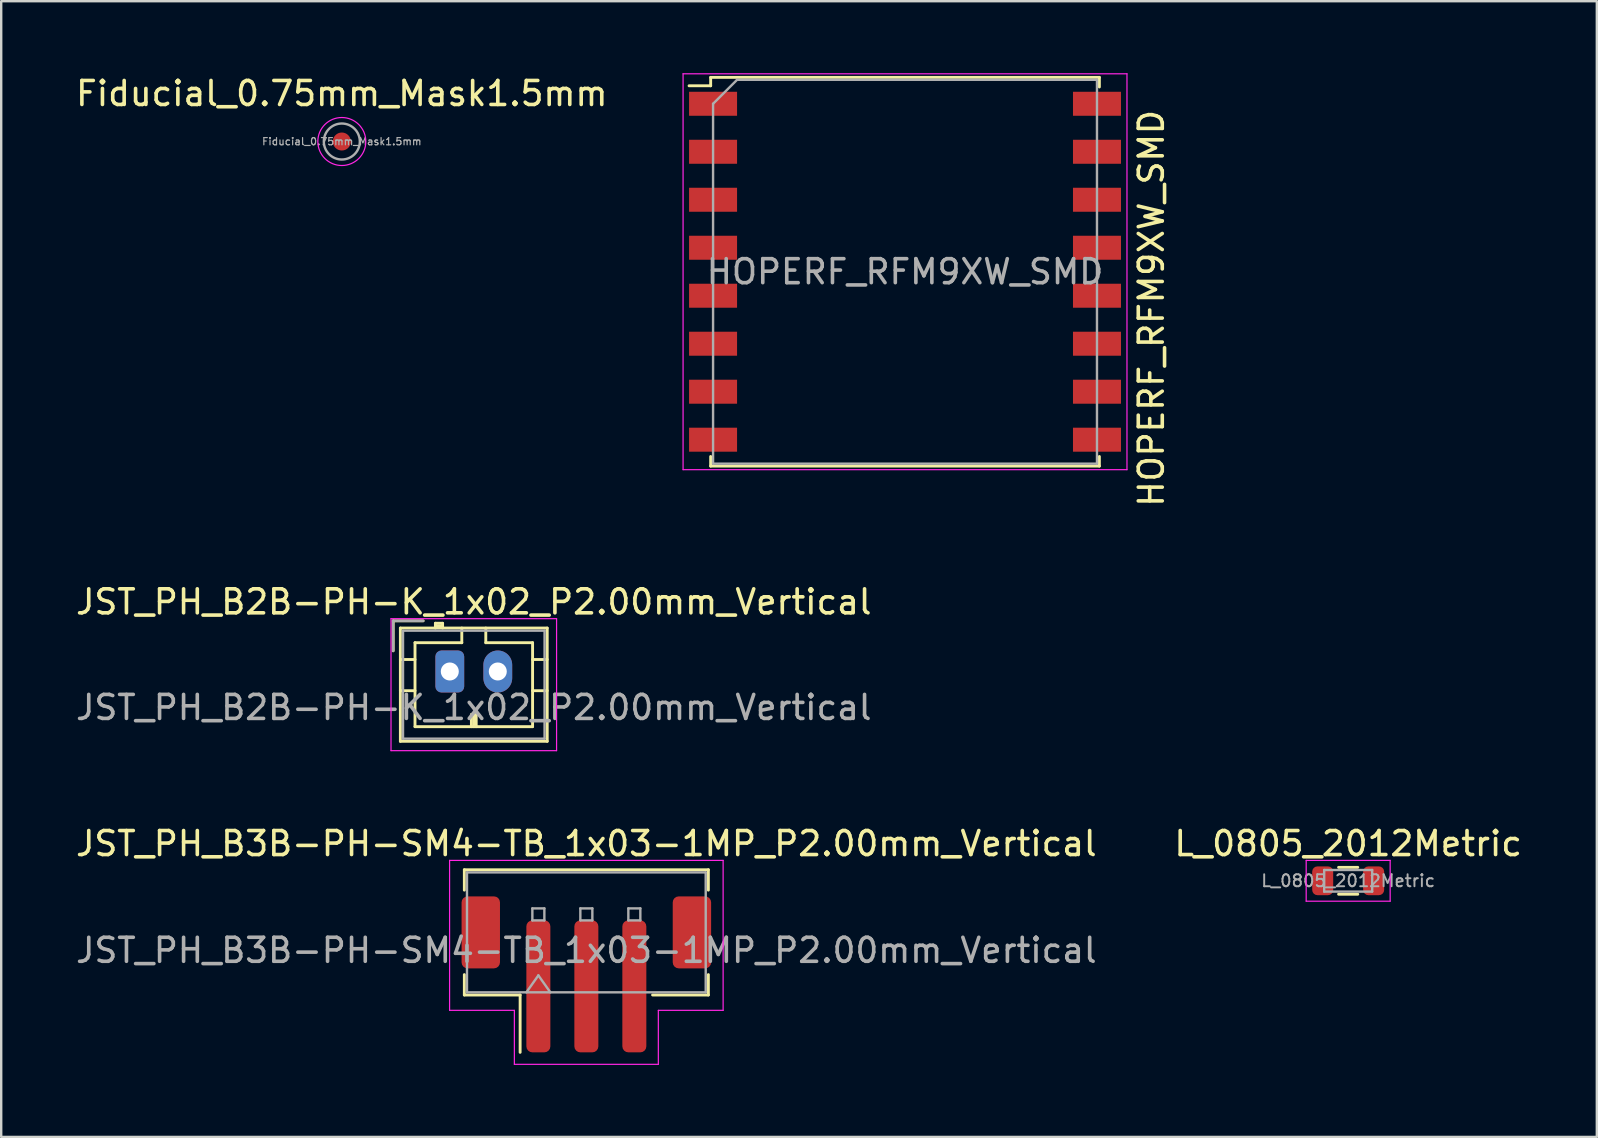
<source format=kicad_pcb>
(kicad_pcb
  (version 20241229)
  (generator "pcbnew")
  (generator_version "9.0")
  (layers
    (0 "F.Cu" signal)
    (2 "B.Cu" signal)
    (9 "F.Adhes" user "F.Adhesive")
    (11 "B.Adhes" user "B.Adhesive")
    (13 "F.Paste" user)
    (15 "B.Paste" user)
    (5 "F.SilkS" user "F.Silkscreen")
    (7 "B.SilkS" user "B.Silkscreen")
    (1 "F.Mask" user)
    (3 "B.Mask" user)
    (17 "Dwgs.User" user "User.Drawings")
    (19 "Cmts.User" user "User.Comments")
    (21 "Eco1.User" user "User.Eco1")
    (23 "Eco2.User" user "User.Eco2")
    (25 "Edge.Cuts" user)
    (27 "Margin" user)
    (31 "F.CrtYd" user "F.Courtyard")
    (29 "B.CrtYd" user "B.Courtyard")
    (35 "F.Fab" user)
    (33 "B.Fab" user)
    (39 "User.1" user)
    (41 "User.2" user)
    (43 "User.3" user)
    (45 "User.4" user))
  (footprint "JST_PH_B3B-PH-SM4-TB_1x03-1MP_P2.00mm_Vertical"
    (layer "F.Cu")
    (at 21.387 37.558)
    (property "Reference" "JST_PH_B3B-PH-SM4-TB_1x03-1MP_P2.00mm_Vertical" (at 0 -5.45 180) (layer "F.SilkS") (effects (font (size 1 1) (thickness 0.15))))
    (attr smd)
    (fp_line (start -5.085 -4.36) (end 5.085 -4.36) (stroke (width 0.12) (type solid)) (layer "F.SilkS"))
    (fp_line (start -5.085 -3.51) (end -5.085 -4.36) (stroke (width 0.12) (type solid)) (layer "F.SilkS"))
    (fp_line (start -5.085 0.01) (end -5.085 0.86) (stroke (width 0.12) (type solid)) (layer "F.SilkS"))
    (fp_line (start -5.085 0.86) (end -2.76 0.86) (stroke (width 0.12) (type solid)) (layer "F.SilkS"))
    (fp_line (start -2.76 0.86) (end -2.76 3.25) (stroke (width 0.12) (type solid)) (layer "F.SilkS"))
    (fp_line (start 5.085 -4.36) (end 5.085 -3.51) (stroke (width 0.12) (type solid)) (layer "F.SilkS"))
    (fp_line (start 5.085 0.01) (end 5.085 0.86) (stroke (width 0.12) (type solid)) (layer "F.SilkS"))
    (fp_line (start 5.085 0.86) (end 2.76 0.86) (stroke (width 0.12) (type solid)) (layer "F.SilkS"))
    (fp_line (start -5.7 -4.75) (end -5.7 1.5) (stroke (width 0.05) (type solid)) (layer "F.CrtYd"))
    (fp_line (start -3 1.5) (end -5.7 1.5) (stroke (width 0.05) (type solid)) (layer "F.CrtYd"))
    (fp_line (start -3 3.75) (end -3 1.5) (stroke (width 0.05) (type solid)) (layer "F.CrtYd"))
    (fp_line (start -3 3.75) (end 3 3.75) (stroke (width 0.05) (type solid)) (layer "F.CrtYd"))
    (fp_line (start 3 1.5) (end 5.7 1.5) (stroke (width 0.05) (type solid)) (layer "F.CrtYd"))
    (fp_line (start 3 3.75) (end 3 1.5) (stroke (width 0.05) (type solid)) (layer "F.CrtYd"))
    (fp_line (start 5.7 -4.75) (end -5.7 -4.75) (stroke (width 0.05) (type solid)) (layer "F.CrtYd"))
    (fp_line (start 5.7 1.5) (end 5.7 -4.75) (stroke (width 0.05) (type solid)) (layer "F.CrtYd"))
    (fp_line (start -4.975 -4.25) (end 4.975 -4.25) (stroke (width 0.1) (type solid)) (layer "F.Fab"))
    (fp_line (start -4.975 0.75) (end -4.975 -4.25) (stroke (width 0.1) (type solid)) (layer "F.Fab"))
    (fp_line (start -4.975 0.75) (end 4.975 0.75) (stroke (width 0.1) (type solid)) (layer "F.Fab"))
    (fp_line (start -2.5 0.75) (end -2 0.043) (stroke (width 0.1) (type solid)) (layer "F.Fab"))
    (fp_line (start -2.25 -2.75) (end -2.25 -2.25) (stroke (width 0.1) (type solid)) (layer "F.Fab"))
    (fp_line (start -2.25 -2.25) (end -1.75 -2.25) (stroke (width 0.1) (type solid)) (layer "F.Fab"))
    (fp_line (start -2 0.043) (end -1.5 0.75) (stroke (width 0.1) (type solid)) (layer "F.Fab"))
    (fp_line (start -1.75 -2.75) (end -2.25 -2.75) (stroke (width 0.1) (type solid)) (layer "F.Fab"))
    (fp_line (start -1.75 -2.25) (end -1.75 -2.75) (stroke (width 0.1) (type solid)) (layer "F.Fab"))
    (fp_line (start -0.25 -2.75) (end -0.25 -2.25) (stroke (width 0.1) (type solid)) (layer "F.Fab"))
    (fp_line (start -0.25 -2.25) (end 0.25 -2.25) (stroke (width 0.1) (type solid)) (layer "F.Fab"))
    (fp_line (start 0.25 -2.75) (end -0.25 -2.75) (stroke (width 0.1) (type solid)) (layer "F.Fab"))
    (fp_line (start 0.25 -2.25) (end 0.25 -2.75) (stroke (width 0.1) (type solid)) (layer "F.Fab"))
    (fp_line (start 1.75 -2.75) (end 1.75 -2.25) (stroke (width 0.1) (type solid)) (layer "F.Fab"))
    (fp_line (start 1.75 -2.25) (end 2.25 -2.25) (stroke (width 0.1) (type solid)) (layer "F.Fab"))
    (fp_line (start 2.25 -2.75) (end 1.75 -2.75) (stroke (width 0.1) (type solid)) (layer "F.Fab"))
    (fp_line (start 2.25 -2.25) (end 2.25 -2.75) (stroke (width 0.1) (type solid)) (layer "F.Fab"))
    (fp_line (start 4.975 0.75) (end 4.975 -4.25) (stroke (width 0.1) (type solid)) (layer "F.Fab"))
    (fp_text user "${REFERENCE}" (at 0 -1 180) (layer "F.Fab") (effects (font (size 1 1) (thickness 0.15))))
    (pad "1" smd roundrect (at -2 0.5) (size 1 5.5) (layers "F.Cu" "F.Mask" "F.Paste") (roundrect_rratio 0.25))
    (pad "2" smd roundrect (at 0 0.5) (size 1 5.5) (layers "F.Cu" "F.Mask" "F.Paste") (roundrect_rratio 0.25))
    (pad "3" smd roundrect (at 2 0.5) (size 1 5.5) (layers "F.Cu" "F.Mask" "F.Paste") (roundrect_rratio 0.25))
    (pad "MP" smd roundrect (at -4.4 -1.75) (size 1.6 3) (layers "F.Cu" "F.Mask" "F.Paste") (roundrect_rratio 0.156))
    (pad "MP" smd roundrect (at 4.4 -1.75) (size 1.6 3) (layers "F.Cu" "F.Mask" "F.Paste") (roundrect_rratio 0.156)))
  (footprint "L_0805_2012Metric"
    (layer "F.Cu")
    (at 53.137 33.658)
    (property "Reference" "L_0805_2012Metric" (at 0 -1.55 180) (layer "F.SilkS") (effects (font (size 1 1) (thickness 0.15))))
    (attr smd)
    (fp_line (start -0.4 -0.56) (end 0.4 -0.56) (stroke (width 0.12) (type solid)) (layer "F.SilkS"))
    (fp_line (start -0.4 0.56) (end 0.4 0.56) (stroke (width 0.12) (type solid)) (layer "F.SilkS"))
    (fp_line (start -1.75 -0.85) (end 1.75 -0.85) (stroke (width 0.05) (type solid)) (layer "F.CrtYd"))
    (fp_line (start -1.75 0.85) (end -1.75 -0.85) (stroke (width 0.05) (type solid)) (layer "F.CrtYd"))
    (fp_line (start 1.75 -0.85) (end 1.75 0.85) (stroke (width 0.05) (type solid)) (layer "F.CrtYd"))
    (fp_line (start 1.75 0.85) (end -1.75 0.85) (stroke (width 0.05) (type solid)) (layer "F.CrtYd"))
    (fp_line (start -1 -0.45) (end 1 -0.45) (stroke (width 0.1) (type solid)) (layer "F.Fab"))
    (fp_line (start -1 0.45) (end -1 -0.45) (stroke (width 0.1) (type solid)) (layer "F.Fab"))
    (fp_line (start 1 -0.45) (end 1 0.45) (stroke (width 0.1) (type solid)) (layer "F.Fab"))
    (fp_line (start 1 0.45) (end -1 0.45) (stroke (width 0.1) (type solid)) (layer "F.Fab"))
    (fp_text user "${REFERENCE}" (at 0 0 180) (layer "F.Fab") (effects (font (size 0.5 0.5) (thickness 0.08))))
    (pad "1" smd roundrect (at -1.062 0) (size 0.875 1.2) (layers "F.Cu" "F.Mask" "F.Paste") (roundrect_rratio 0.25))
    (pad "2" smd roundrect (at 1.062 0) (size 0.875 1.2) (layers "F.Cu" "F.Mask" "F.Paste") (roundrect_rratio 0.25)))
  (footprint "HOPERF_RFM9XW_SMD"
    (layer "F.Cu")
    (at 34.668 8.275)
    (property "Reference" "HOPERF_RFM9XW_SMD" (at 10.266 1.525 90) (layer "F.SilkS") (effects (font (size 1 1) (thickness 0.15))))
    (attr smd)
    (fp_line (start -8.1 -8.1) (end -8.1 -7.75) (stroke (width 0.12) (type solid)) (layer "F.SilkS"))
    (fp_line (start -8.1 -8.1) (end 8.1 -8.1) (stroke (width 0.12) (type solid)) (layer "F.SilkS"))
    (fp_line (start -8.1 -7.75) (end -9 -7.75) (stroke (width 0.12) (type solid)) (layer "F.SilkS"))
    (fp_line (start -8.1 7.7) (end -8.1 8.1) (stroke (width 0.12) (type solid)) (layer "F.SilkS"))
    (fp_line (start -8.1 8.1) (end 8.1 8.1) (stroke (width 0.12) (type solid)) (layer "F.SilkS"))
    (fp_line (start 8.1 -8.1) (end 8.1 -7.7) (stroke (width 0.12) (type solid)) (layer "F.SilkS"))
    (fp_line (start 8.1 8.1) (end 8.1 7.7) (stroke (width 0.12) (type solid)) (layer "F.SilkS"))
    (fp_line (start -9.25 -8.25) (end 9.25 -8.25) (stroke (width 0.05) (type solid)) (layer "F.CrtYd"))
    (fp_line (start -9.25 8.25) (end -9.25 -8.25) (stroke (width 0.05) (type solid)) (layer "F.CrtYd"))
    (fp_line (start -9.25 8.25) (end 9.25 8.25) (stroke (width 0.05) (type solid)) (layer "F.CrtYd"))
    (fp_line (start 9.25 -8.25) (end 9.25 8.25) (stroke (width 0.05) (type solid)) (layer "F.CrtYd"))
    (fp_line (start -8 8) (end -8 -7) (stroke (width 0.1) (type solid)) (layer "F.Fab"))
    (fp_line (start -8 8) (end 8 8) (stroke (width 0.1) (type solid)) (layer "F.Fab"))
    (fp_line (start -7 -8) (end -8 -7) (stroke (width 0.1) (type solid)) (layer "F.Fab"))
    (fp_line (start -7 -8) (end 8 -8) (stroke (width 0.1) (type solid)) (layer "F.Fab"))
    (fp_line (start 8 8) (end 8 -8) (stroke (width 0.1) (type solid)) (layer "F.Fab"))
    (fp_text user "${REFERENCE}" (at 0 0 0) (layer "F.Fab") (effects (font (size 1 1) (thickness 0.15))))
    (pad "1" smd rect (at -8 -7 180) (size 2 1) (layers "F.Cu" "F.Mask" "F.Paste"))
    (pad "2" smd rect (at -8 -5 180) (size 2 1) (layers "F.Cu" "F.Mask" "F.Paste"))
    (pad "3" smd rect (at -8 -3 180) (size 2 1) (layers "F.Cu" "F.Mask" "F.Paste"))
    (pad "4" smd rect (at -8 -1 180) (size 2 1) (layers "F.Cu" "F.Mask" "F.Paste"))
    (pad "5" smd rect (at -8 1 180) (size 2 1) (layers "F.Cu" "F.Mask" "F.Paste"))
    (pad "6" smd rect (at -8 3 180) (size 2 1) (layers "F.Cu" "F.Mask" "F.Paste"))
    (pad "7" smd rect (at -8 5 180) (size 2 1) (layers "F.Cu" "F.Mask" "F.Paste"))
    (pad "8" smd rect (at -8 7 180) (size 2 1) (layers "F.Cu" "F.Mask" "F.Paste"))
    (pad "9" smd rect (at 8 7 180) (size 2 1) (layers "F.Cu" "F.Mask" "F.Paste"))
    (pad "10" smd rect (at 8 5 180) (size 2 1) (layers "F.Cu" "F.Mask" "F.Paste"))
    (pad "11" smd rect (at 8 3 180) (size 2 1) (layers "F.Cu" "F.Mask" "F.Paste"))
    (pad "12" smd rect (at 8 1 180) (size 2 1) (layers "F.Cu" "F.Mask" "F.Paste"))
    (pad "13" smd rect (at 8 -1 180) (size 2 1) (layers "F.Cu" "F.Mask" "F.Paste"))
    (pad "14" smd rect (at 8 -3 180) (size 2 1) (layers "F.Cu" "F.Mask" "F.Paste"))
    (pad "15" smd rect (at 8 -5 180) (size 2 1) (layers "F.Cu" "F.Mask" "F.Paste"))
    (pad "16" smd rect (at 8 -7 180) (size 2 1) (layers "F.Cu" "F.Mask" "F.Paste")))
  (footprint "JST_PH_B2B-PH-K_1x02_P2.00mm_Vertical"
    (layer "F.Cu")
    (at 15.696 24.935)
    (property "Reference" "JST_PH_B2B-PH-K_1x02_P2.00mm_Vertical" (at 1 -2.9 0) (layer "F.SilkS") (effects (font (size 1 1) (thickness 0.15))))
    (attr through_hole)
    (fp_line (start -2.36 -2.11) (end -2.36 -0.86) (stroke (width 0.12) (type solid)) (layer "F.SilkS"))
    (fp_line (start -2.06 -1.81) (end -2.06 2.91) (stroke (width 0.12) (type solid)) (layer "F.SilkS"))
    (fp_line (start -2.06 -0.5) (end -1.45 -0.5) (stroke (width 0.12) (type solid)) (layer "F.SilkS"))
    (fp_line (start -2.06 0.8) (end -1.45 0.8) (stroke (width 0.12) (type solid)) (layer "F.SilkS"))
    (fp_line (start -2.06 2.91) (end 4.06 2.91) (stroke (width 0.12) (type solid)) (layer "F.SilkS"))
    (fp_line (start -1.45 -1.2) (end -1.45 2.3) (stroke (width 0.12) (type solid)) (layer "F.SilkS"))
    (fp_line (start -1.45 2.3) (end 3.45 2.3) (stroke (width 0.12) (type solid)) (layer "F.SilkS"))
    (fp_line (start -1.11 -2.11) (end -2.36 -2.11) (stroke (width 0.12) (type solid)) (layer "F.SilkS"))
    (fp_line (start -0.6 -2.01) (end -0.6 -1.81) (stroke (width 0.12) (type solid)) (layer "F.SilkS"))
    (fp_line (start -0.3 -2.01) (end -0.6 -2.01) (stroke (width 0.12) (type solid)) (layer "F.SilkS"))
    (fp_line (start -0.3 -1.91) (end -0.6 -1.91) (stroke (width 0.12) (type solid)) (layer "F.SilkS"))
    (fp_line (start -0.3 -1.81) (end -0.3 -2.01) (stroke (width 0.12) (type solid)) (layer "F.SilkS"))
    (fp_line (start 0.5 -1.81) (end 0.5 -1.2) (stroke (width 0.12) (type solid)) (layer "F.SilkS"))
    (fp_line (start 0.5 -1.2) (end -1.45 -1.2) (stroke (width 0.12) (type solid)) (layer "F.SilkS"))
    (fp_line (start 0.9 1.8) (end 1.1 1.8) (stroke (width 0.12) (type solid)) (layer "F.SilkS"))
    (fp_line (start 0.9 2.3) (end 0.9 1.8) (stroke (width 0.12) (type solid)) (layer "F.SilkS"))
    (fp_line (start 1 2.3) (end 1 1.8) (stroke (width 0.12) (type solid)) (layer "F.SilkS"))
    (fp_line (start 1.1 1.8) (end 1.1 2.3) (stroke (width 0.12) (type solid)) (layer "F.SilkS"))
    (fp_line (start 1.5 -1.2) (end 1.5 -1.81) (stroke (width 0.12) (type solid)) (layer "F.SilkS"))
    (fp_line (start 3.45 -1.2) (end 1.5 -1.2) (stroke (width 0.12) (type solid)) (layer "F.SilkS"))
    (fp_line (start 3.45 2.3) (end 3.45 -1.2) (stroke (width 0.12) (type solid)) (layer "F.SilkS"))
    (fp_line (start 4.06 -1.81) (end -2.06 -1.81) (stroke (width 0.12) (type solid)) (layer "F.SilkS"))
    (fp_line (start 4.06 -0.5) (end 3.45 -0.5) (stroke (width 0.12) (type solid)) (layer "F.SilkS"))
    (fp_line (start 4.06 0.8) (end 3.45 0.8) (stroke (width 0.12) (type solid)) (layer "F.SilkS"))
    (fp_line (start 4.06 2.91) (end 4.06 -1.81) (stroke (width 0.12) (type solid)) (layer "F.SilkS"))
    (fp_line (start -2.45 -2.2) (end -2.45 3.3) (stroke (width 0.05) (type solid)) (layer "F.CrtYd"))
    (fp_line (start -2.45 3.3) (end 4.45 3.3) (stroke (width 0.05) (type solid)) (layer "F.CrtYd"))
    (fp_line (start 4.45 -2.2) (end -2.45 -2.2) (stroke (width 0.05) (type solid)) (layer "F.CrtYd"))
    (fp_line (start 4.45 3.3) (end 4.45 -2.2) (stroke (width 0.05) (type solid)) (layer "F.CrtYd"))
    (fp_line (start -2.36 -2.11) (end -2.36 -0.86) (stroke (width 0.1) (type solid)) (layer "F.Fab"))
    (fp_line (start -1.95 -1.7) (end -1.95 2.8) (stroke (width 0.1) (type solid)) (layer "F.Fab"))
    (fp_line (start -1.95 2.8) (end 3.95 2.8) (stroke (width 0.1) (type solid)) (layer "F.Fab"))
    (fp_line (start -1.11 -2.11) (end -2.36 -2.11) (stroke (width 0.1) (type solid)) (layer "F.Fab"))
    (fp_line (start 3.95 -1.7) (end -1.95 -1.7) (stroke (width 0.1) (type solid)) (layer "F.Fab"))
    (fp_line (start 3.95 2.8) (end 3.95 -1.7) (stroke (width 0.1) (type solid)) (layer "F.Fab"))
    (fp_text user "${REFERENCE}" (at 1 1.5 0) (layer "F.Fab") (effects (font (size 1 1) (thickness 0.15))))
    (pad "1" thru_hole roundrect (at 0 0 180) (size 1.2 1.75) (drill 0.75) (layers "*.Cu" "*.Mask") (roundrect_rratio 0.208))
    (pad "2" thru_hole oval (at 2 0 180) (size 1.2 1.75) (drill 0.75) (layers "*.Cu" "*.Mask")))
  (footprint "Fiducial_0.75mm_Mask1.5mm"
    (layer "F.Cu")
    (at 11.196 2.848)
    (property "Reference" "Fiducial_0.75mm_Mask1.5mm" (at 0 -2 0) (layer "F.SilkS") (effects (font (size 1 1) (thickness 0.15))))
    (attr smd board_only exclude_from_bom)
    (fp_circle (center 0 0) (end 1 0) (stroke (width 0.05) (type solid)) (fill no) (layer "F.CrtYd"))
    (fp_circle (center 0 0) (end 0.75 0) (stroke (width 0.1) (type solid)) (fill no) (layer "F.Fab"))
    (fp_text user "${REFERENCE}" (at 0 0 0) (layer "F.Fab") (effects (font (size 0.3 0.3) (thickness 0.05))))
    (pad "" smd circle (at 0 0 180) (size 0.75 0.75) (layers "F.Cu" "F.Mask")))
  (gr_rect
    (start -3 -3)
    (end 63.5 44.333)
    (stroke (width 0.1) (type default))
    (fill no)
    (layer "Edge.Cuts")))
</source>
